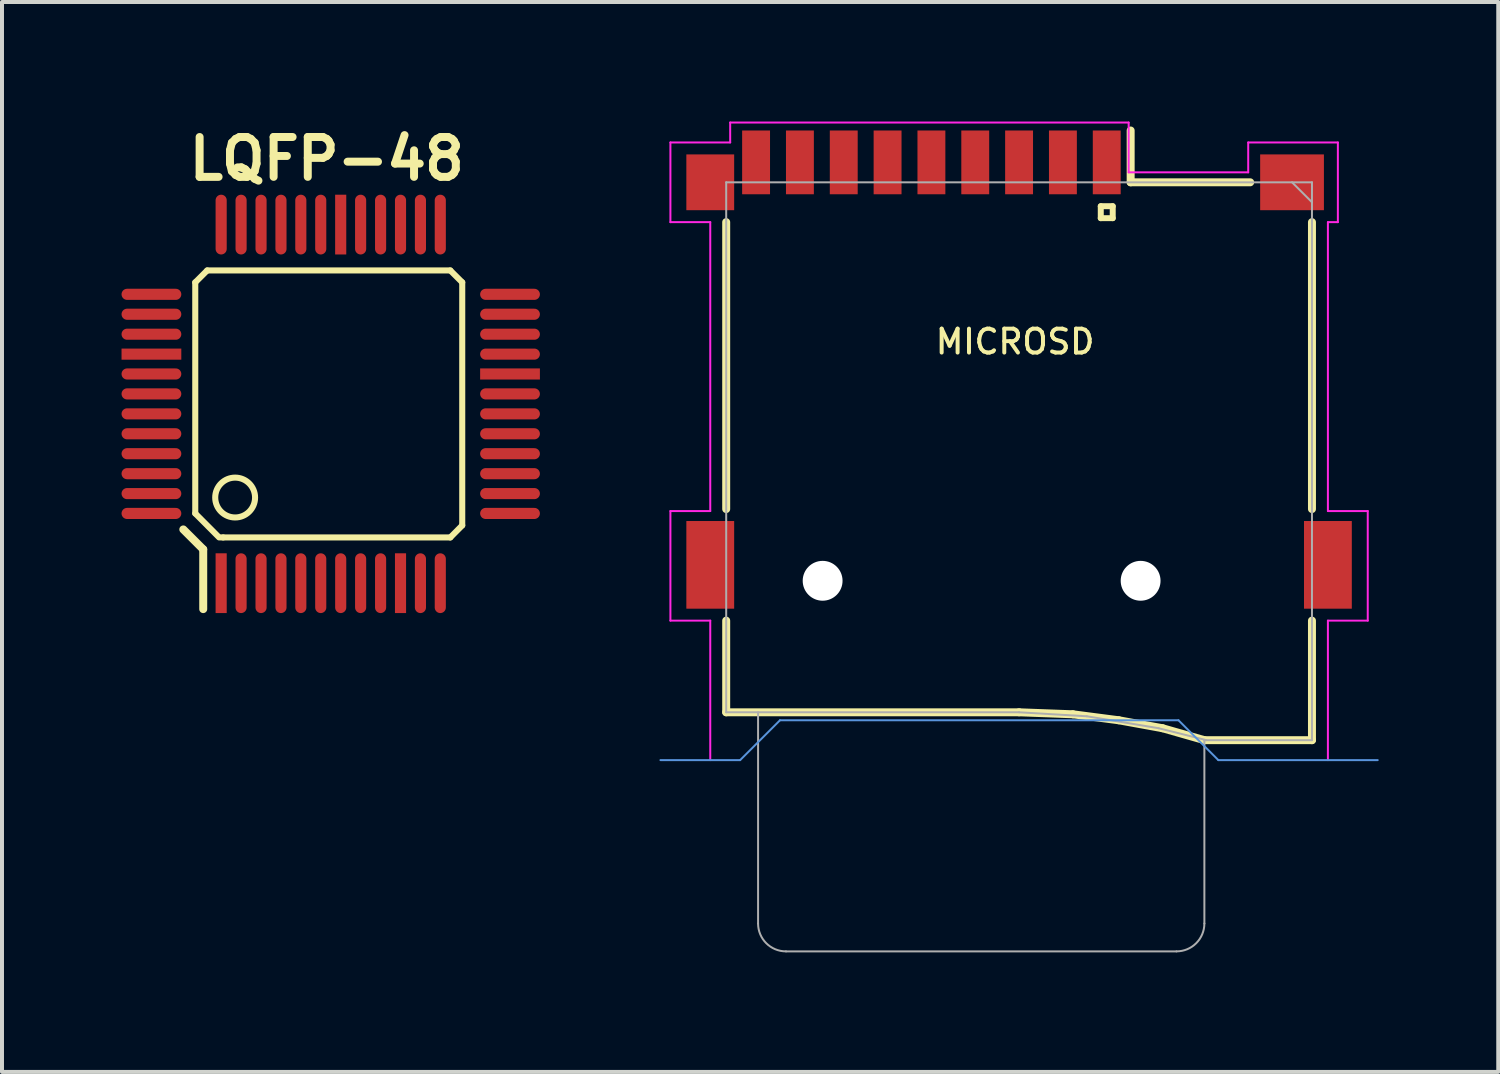
<source format=kicad_pcb>
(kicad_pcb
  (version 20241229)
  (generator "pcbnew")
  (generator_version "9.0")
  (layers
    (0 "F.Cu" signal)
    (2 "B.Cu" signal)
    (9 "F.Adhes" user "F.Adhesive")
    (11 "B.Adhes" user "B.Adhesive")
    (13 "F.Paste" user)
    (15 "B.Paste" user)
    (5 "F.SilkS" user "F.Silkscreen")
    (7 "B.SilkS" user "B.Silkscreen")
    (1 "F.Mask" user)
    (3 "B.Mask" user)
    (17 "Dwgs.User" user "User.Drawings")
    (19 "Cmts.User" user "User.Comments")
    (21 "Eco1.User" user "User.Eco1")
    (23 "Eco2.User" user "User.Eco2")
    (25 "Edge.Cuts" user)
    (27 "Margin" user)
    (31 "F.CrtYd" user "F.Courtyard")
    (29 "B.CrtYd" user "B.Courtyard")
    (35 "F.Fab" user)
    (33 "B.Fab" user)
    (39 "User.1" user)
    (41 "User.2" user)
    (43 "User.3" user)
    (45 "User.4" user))
  (footprint "MICROSD"
    (layer "F.Cu")
    (at 22.524 11.525)
    (property "Reference" "MICROSD" (at -0.1 -6 0) (layer "F.SilkS") (effects (font (size 0.6 0.6) (thickness 0.1))))
    (attr through_hole)
    (fp_line (start -7.35 -1.8) (end -7.35 -9) (stroke (width 0.2) (type solid)) (layer "F.SilkS"))
    (fp_line (start -7.35 1) (end -7.35 3.3) (stroke (width 0.2) (type solid)) (layer "F.SilkS"))
    (fp_line (start -7.35 3.3) (end 0 3.3) (stroke (width 0.2) (type solid)) (layer "F.SilkS"))
    (fp_line (start 0 3.3) (end 1.35 3.35) (stroke (width 0.2) (type solid)) (layer "F.SilkS"))
    (fp_line (start 1.35 3.35) (end 2.5 3.5) (stroke (width 0.2) (type solid)) (layer "F.SilkS"))
    (fp_line (start 2.05 -9.4) (end 2.05 -9.1) (stroke (width 0.15) (type solid)) (layer "F.SilkS"))
    (fp_line (start 2.05 -9.1) (end 2.35 -9.1) (stroke (width 0.15) (type solid)) (layer "F.SilkS"))
    (fp_line (start 2.35 -9.4) (end 2.05 -9.4) (stroke (width 0.15) (type solid)) (layer "F.SilkS"))
    (fp_line (start 2.35 -9.1) (end 2.35 -9.4) (stroke (width 0.15) (type solid)) (layer "F.SilkS"))
    (fp_line (start 2.5 3.5) (end 3.6 3.7) (stroke (width 0.2) (type solid)) (layer "F.SilkS"))
    (fp_line (start 2.8 -10) (end 2.8 -11.3) (stroke (width 0.2) (type solid)) (layer "F.SilkS"))
    (fp_line (start 2.8 -10) (end 5.8 -10) (stroke (width 0.2) (type solid)) (layer "F.SilkS"))
    (fp_line (start 3.6 3.7) (end 4.65 4) (stroke (width 0.2) (type solid)) (layer "F.SilkS"))
    (fp_line (start 4.65 4) (end 7.35 4) (stroke (width 0.2) (type solid)) (layer "F.SilkS"))
    (fp_line (start 7.35 -9) (end 7.35 -1.8) (stroke (width 0.2) (type solid)) (layer "F.SilkS"))
    (fp_line (start 7.35 4) (end 7.35 1) (stroke (width 0.2) (type solid)) (layer "F.SilkS"))
    (fp_line (start -9 4.5) (end -7 4.5) (stroke (width 0.05) (type solid)) (layer "Cmts.User"))
    (fp_line (start -7 4.5) (end -6 3.5) (stroke (width 0.05) (type solid)) (layer "Cmts.User"))
    (fp_line (start -6 3.5) (end 4 3.5) (stroke (width 0.05) (type solid)) (layer "Cmts.User"))
    (fp_line (start 4 3.5) (end 5 4.5) (stroke (width 0.05) (type solid)) (layer "Cmts.User"))
    (fp_line (start 5 4.5) (end 9 4.5) (stroke (width 0.05) (type solid)) (layer "Cmts.User"))
    (fp_line (start -8.75 -11) (end -7.25 -11) (stroke (width 0.05) (type solid)) (layer "F.CrtYd"))
    (fp_line (start -8.75 -9) (end -8.75 -11) (stroke (width 0.05) (type solid)) (layer "F.CrtYd"))
    (fp_line (start -8.75 -1.75) (end -7.75 -1.75) (stroke (width 0.05) (type solid)) (layer "F.CrtYd"))
    (fp_line (start -8.75 1) (end -8.75 -1.75) (stroke (width 0.05) (type solid)) (layer "F.CrtYd"))
    (fp_line (start -7.75 -9) (end -8.75 -9) (stroke (width 0.05) (type solid)) (layer "F.CrtYd"))
    (fp_line (start -7.75 -1.75) (end -7.75 -9) (stroke (width 0.05) (type solid)) (layer "F.CrtYd"))
    (fp_line (start -7.75 1) (end -8.75 1) (stroke (width 0.05) (type solid)) (layer "F.CrtYd"))
    (fp_line (start -7.75 4.5) (end -7.75 1) (stroke (width 0.05) (type solid)) (layer "F.CrtYd"))
    (fp_line (start -7.25 -11.5) (end 2.75 -11.5) (stroke (width 0.05) (type solid)) (layer "F.CrtYd"))
    (fp_line (start -7.25 -11) (end -7.25 -11.5) (stroke (width 0.05) (type solid)) (layer "F.CrtYd"))
    (fp_line (start 2.75 -11.5) (end 2.75 -10.25) (stroke (width 0.05) (type solid)) (layer "F.CrtYd"))
    (fp_line (start 2.75 -10.25) (end 5.75 -10.25) (stroke (width 0.05) (type solid)) (layer "F.CrtYd"))
    (fp_line (start 5.75 -11) (end 8 -11) (stroke (width 0.05) (type solid)) (layer "F.CrtYd"))
    (fp_line (start 5.75 -10.25) (end 5.75 -11) (stroke (width 0.05) (type solid)) (layer "F.CrtYd"))
    (fp_line (start 7.75 -9) (end 7.75 -1.75) (stroke (width 0.05) (type solid)) (layer "F.CrtYd"))
    (fp_line (start 7.75 -1.75) (end 8.75 -1.75) (stroke (width 0.05) (type solid)) (layer "F.CrtYd"))
    (fp_line (start 7.75 1) (end 7.75 4.5) (stroke (width 0.05) (type solid)) (layer "F.CrtYd"))
    (fp_line (start 8 -11) (end 8 -9) (stroke (width 0.05) (type solid)) (layer "F.CrtYd"))
    (fp_line (start 8 -9) (end 7.75 -9) (stroke (width 0.05) (type solid)) (layer "F.CrtYd"))
    (fp_line (start 8.75 -1.75) (end 8.75 1) (stroke (width 0.05) (type solid)) (layer "F.CrtYd"))
    (fp_line (start 8.75 1) (end 7.75 1) (stroke (width 0.05) (type solid)) (layer "F.CrtYd"))
    (fp_line (start -7.35 -10) (end -7.35 3.3) (stroke (width 0.05) (type solid)) (layer "F.Fab"))
    (fp_line (start -7.35 -10) (end 7.35 -10) (stroke (width 0.05) (type solid)) (layer "F.Fab"))
    (fp_line (start -7.35 3.3) (end 0 3.3) (stroke (width 0.05) (type solid)) (layer "F.Fab"))
    (fp_line (start -6.55 8.6) (end -6.55 3.3) (stroke (width 0.05) (type solid)) (layer "F.Fab"))
    (fp_line (start -5.85 9.3) (end 3.95 9.3) (stroke (width 0.05) (type solid)) (layer "F.Fab"))
    (fp_line (start 0 3.3) (end 1.7 3.4) (stroke (width 0.05) (type solid)) (layer "F.Fab"))
    (fp_line (start 1.7 3.4) (end 3.5 3.7) (stroke (width 0.05) (type solid)) (layer "F.Fab"))
    (fp_line (start 3.5 3.7) (end 4.7 4) (stroke (width 0.05) (type solid)) (layer "F.Fab"))
    (fp_line (start 4.65 4) (end 7.35 4) (stroke (width 0.05) (type solid)) (layer "F.Fab"))
    (fp_line (start 4.65 8.6) (end 4.65 4) (stroke (width 0.05) (type solid)) (layer "F.Fab"))
    (fp_line (start 7.35 -10) (end 7.35 4) (stroke (width 0.05) (type solid)) (layer "F.Fab"))
    (fp_line (start 7.35 -9.5) (end 6.85 -10) (stroke (width 0.05) (type solid)) (layer "F.Fab"))
    (fp_arc (start -5.85 9.3) (mid -6.344975 9.094975) (end -6.55 8.6) (stroke (width 0.05) (type solid)) (layer "F.Fab"))
    (fp_arc (start 4.65 8.6) (mid 4.444975 9.094975) (end 3.95 9.3) (stroke (width 0.05) (type solid)) (layer "F.Fab"))
    (pad "" np_thru_hole circle (at -4.93 0) (size 1 1) (drill 1) (layers "*.Cu"))
    (pad "" np_thru_hole circle (at 3.05 0) (size 1 1) (drill 1) (layers "*.Cu"))
    (pad "1" smd rect (at 2.2 -10.5) (size 0.7 1.6) (layers "F.Cu" "F.Mask" "F.Paste"))
    (pad "2" smd rect (at 1.1 -10.5) (size 0.7 1.6) (layers "F.Cu" "F.Mask" "F.Paste"))
    (pad "3" smd rect (at 0 -10.5) (size 0.7 1.6) (layers "F.Cu" "F.Mask" "F.Paste"))
    (pad "4" smd rect (at -1.1 -10.5) (size 0.7 1.6) (layers "F.Cu" "F.Mask" "F.Paste"))
    (pad "5" smd rect (at -2.2 -10.5) (size 0.7 1.6) (layers "F.Cu" "F.Mask" "F.Paste"))
    (pad "6" smd rect (at -3.3 -10.5) (size 0.7 1.6) (layers "F.Cu" "F.Mask" "F.Paste"))
    (pad "7" smd rect (at -4.4 -10.5) (size 0.7 1.6) (layers "F.Cu" "F.Mask" "F.Paste"))
    (pad "8" smd rect (at -5.5 -10.5) (size 0.7 1.6) (layers "F.Cu" "F.Mask" "F.Paste"))
    (pad "9" smd rect (at -6.6 -10.5) (size 0.7 1.6) (layers "F.Cu" "F.Mask" "F.Paste"))
    (pad "10" smd rect (at -7.75 -10) (size 1.2 1.4) (layers "F.Cu" "F.Mask" "F.Paste"))
    (pad "10" smd rect (at -7.75 -0.4) (size 1.2 2.2) (layers "F.Cu" "F.Mask" "F.Paste"))
    (pad "10" smd rect (at 6.85 -10) (size 1.6 1.4) (layers "F.Cu" "F.Mask" "F.Paste"))
    (pad "10" smd rect (at 7.75 -0.4) (size 1.2 2.2) (layers "F.Cu" "F.Mask" "F.Paste")))
  (footprint "LQFP-48"
    (layer "F.Cu")
    (at 0.75 4.336)
    (property "Reference" "LQFP-48" (at 4.4 -3.4 0) (layer "F.SilkS") (effects (font (size 1 1) (thickness 0.2))))
    (attr through_hole)
    (fp_line (start 1.1 -0.3) (end 1.1 5.499) (stroke (width 0.152) (type solid)) (layer "F.SilkS"))
    (fp_line (start 1.1 -0.3) (end 1.4 -0.599) (stroke (width 0.152) (type solid)) (layer "F.SilkS"))
    (fp_line (start 1.1 5.499) (end 1.699 6.101) (stroke (width 0.152) (type solid)) (layer "F.SilkS"))
    (fp_line (start 1.3 6.4) (end 0.8 5.9) (stroke (width 0.2) (type solid)) (layer "F.SilkS"))
    (fp_line (start 1.3 6.4) (end 1.3 7.9) (stroke (width 0.2) (type solid)) (layer "F.SilkS"))
    (fp_line (start 1.4 -0.599) (end 7.501 -0.599) (stroke (width 0.152) (type solid)) (layer "F.SilkS"))
    (fp_line (start 1.75 6.101) (end 1.801 6.101) (stroke (width 0.152) (type solid)) (layer "F.SilkS"))
    (fp_line (start 1.801 6.101) (end 7.501 6.101) (stroke (width 0.152) (type solid)) (layer "F.SilkS"))
    (fp_line (start 7.501 -0.599) (end 7.8 -0.3) (stroke (width 0.152) (type solid)) (layer "F.SilkS"))
    (fp_line (start 7.8 -0.3) (end 7.8 5.799) (stroke (width 0.152) (type solid)) (layer "F.SilkS"))
    (fp_line (start 7.8 5.799) (end 7.501 6.101) (stroke (width 0.152) (type solid)) (layer "F.SilkS"))
    (fp_circle (center 2.101 5.1) (end 2.601 5.1) (stroke (width 0.152) (type solid)) (fill no) (layer "F.SilkS"))
    (pad "1" smd rect (at 1.75 7.249) (size 0.279 1.5) (layers "F.Cu" "F.Mask" "F.Paste"))
    (pad "2" smd oval (at 2.25 7.249) (size 0.279 1.5) (layers "F.Cu" "F.Mask" "F.Paste"))
    (pad "3" smd oval (at 2.751 7.249) (size 0.279 1.5) (layers "F.Cu" "F.Mask" "F.Paste"))
    (pad "4" smd oval (at 3.251 7.249) (size 0.279 1.5) (layers "F.Cu" "F.Mask" "F.Paste"))
    (pad "5" smd oval (at 3.749 7.249) (size 0.279 1.5) (layers "F.Cu" "F.Mask" "F.Paste"))
    (pad "6" smd oval (at 4.249 7.249) (size 0.279 1.5) (layers "F.Cu" "F.Mask" "F.Paste"))
    (pad "7" smd oval (at 4.75 7.249) (size 0.279 1.5) (layers "F.Cu" "F.Mask" "F.Paste"))
    (pad "8" smd oval (at 5.25 7.249) (size 0.279 1.5) (layers "F.Cu" "F.Mask" "F.Paste"))
    (pad "9" smd oval (at 5.751 7.249) (size 0.279 1.5) (layers "F.Cu" "F.Mask" "F.Paste"))
    (pad "10" smd rect (at 6.251 7.249) (size 0.279 1.5) (layers "F.Cu" "F.Mask" "F.Paste"))
    (pad "11" smd oval (at 6.751 7.249) (size 0.279 1.5) (layers "F.Cu" "F.Mask" "F.Paste"))
    (pad "12" smd oval (at 7.249 7.249) (size 0.279 1.5) (layers "F.Cu" "F.Mask" "F.Paste"))
    (pad "13" smd oval (at 8.999 5.499) (size 1.5 0.279) (layers "F.Cu" "F.Mask" "F.Paste"))
    (pad "14" smd oval (at 8.999 5.001) (size 1.5 0.279) (layers "F.Cu" "F.Mask" "F.Paste"))
    (pad "15" smd oval (at 8.999 4.501) (size 1.5 0.279) (layers "F.Cu" "F.Mask" "F.Paste"))
    (pad "16" smd oval (at 8.999 4) (size 1.5 0.279) (layers "F.Cu" "F.Mask" "F.Paste"))
    (pad "17" smd oval (at 8.999 3.5) (size 1.5 0.279) (layers "F.Cu" "F.Mask" "F.Paste"))
    (pad "18" smd oval (at 8.999 3) (size 1.5 0.279) (layers "F.Cu" "F.Mask" "F.Paste"))
    (pad "19" smd oval (at 8.999 2.499) (size 1.5 0.279) (layers "F.Cu" "F.Mask" "F.Paste"))
    (pad "20" smd rect (at 8.999 1.999) (size 1.5 0.279) (layers "F.Cu" "F.Mask" "F.Paste"))
    (pad "21" smd oval (at 8.999 1.501) (size 1.5 0.279) (layers "F.Cu" "F.Mask" "F.Paste"))
    (pad "22" smd oval (at 8.999 1.001) (size 1.5 0.279) (layers "F.Cu" "F.Mask" "F.Paste"))
    (pad "23" smd oval (at 8.999 0.5) (size 1.5 0.279) (layers "F.Cu" "F.Mask" "F.Paste"))
    (pad "24" smd oval (at 8.999 0) (size 1.5 0.279) (layers "F.Cu" "F.Mask" "F.Paste"))
    (pad "25" smd oval (at 7.249 -1.75) (size 0.279 1.5) (layers "F.Cu" "F.Mask" "F.Paste"))
    (pad "26" smd oval (at 6.751 -1.75) (size 0.279 1.5) (layers "F.Cu" "F.Mask" "F.Paste"))
    (pad "27" smd oval (at 6.251 -1.75) (size 0.279 1.5) (layers "F.Cu" "F.Mask" "F.Paste"))
    (pad "28" smd oval (at 5.751 -1.75) (size 0.279 1.5) (layers "F.Cu" "F.Mask" "F.Paste"))
    (pad "29" smd oval (at 5.25 -1.75) (size 0.279 1.5) (layers "F.Cu" "F.Mask" "F.Paste"))
    (pad "30" smd rect (at 4.75 -1.75) (size 0.279 1.5) (layers "F.Cu" "F.Mask" "F.Paste"))
    (pad "31" smd oval (at 4.249 -1.75) (size 0.279 1.5) (layers "F.Cu" "F.Mask" "F.Paste"))
    (pad "32" smd oval (at 3.749 -1.75) (size 0.279 1.5) (layers "F.Cu" "F.Mask" "F.Paste"))
    (pad "33" smd oval (at 3.251 -1.75) (size 0.279 1.5) (layers "F.Cu" "F.Mask" "F.Paste"))
    (pad "34" smd oval (at 2.751 -1.75) (size 0.279 1.5) (layers "F.Cu" "F.Mask" "F.Paste"))
    (pad "35" smd oval (at 2.25 -1.75) (size 0.279 1.5) (layers "F.Cu" "F.Mask" "F.Paste"))
    (pad "36" smd oval (at 1.75 -1.75) (size 0.279 1.5) (layers "F.Cu" "F.Mask" "F.Paste"))
    (pad "37" smd oval (at 0 0) (size 1.5 0.279) (layers "F.Cu" "F.Mask" "F.Paste"))
    (pad "38" smd oval (at 0 0.5) (size 1.5 0.279) (layers "F.Cu" "F.Mask" "F.Paste"))
    (pad "39" smd oval (at 0 1.001) (size 1.5 0.279) (layers "F.Cu" "F.Mask" "F.Paste"))
    (pad "40" smd rect (at 0 1.501) (size 1.5 0.279) (layers "F.Cu" "F.Mask" "F.Paste"))
    (pad "41" smd oval (at 0 1.999) (size 1.5 0.279) (layers "F.Cu" "F.Mask" "F.Paste"))
    (pad "42" smd oval (at 0 2.499) (size 1.5 0.279) (layers "F.Cu" "F.Mask" "F.Paste"))
    (pad "43" smd oval (at 0 3) (size 1.5 0.279) (layers "F.Cu" "F.Mask" "F.Paste"))
    (pad "44" smd oval (at 0 3.5) (size 1.5 0.279) (layers "F.Cu" "F.Mask" "F.Paste"))
    (pad "45" smd oval (at 0 4) (size 1.5 0.279) (layers "F.Cu" "F.Mask" "F.Paste"))
    (pad "46" smd oval (at 0 4.501) (size 1.5 0.279) (layers "F.Cu" "F.Mask" "F.Paste"))
    (pad "47" smd oval (at 0 5.001) (size 1.5 0.279) (layers "F.Cu" "F.Mask" "F.Paste"))
    (pad "48" smd oval (at 0 5.499) (size 1.5 0.279) (layers "F.Cu" "F.Mask" "F.Paste")))
  (gr_rect
    (start -3 -3)
    (end 34.549 23.85)
    (stroke (width 0.1) (type default))
    (fill no)
    (layer "Edge.Cuts")))
</source>
